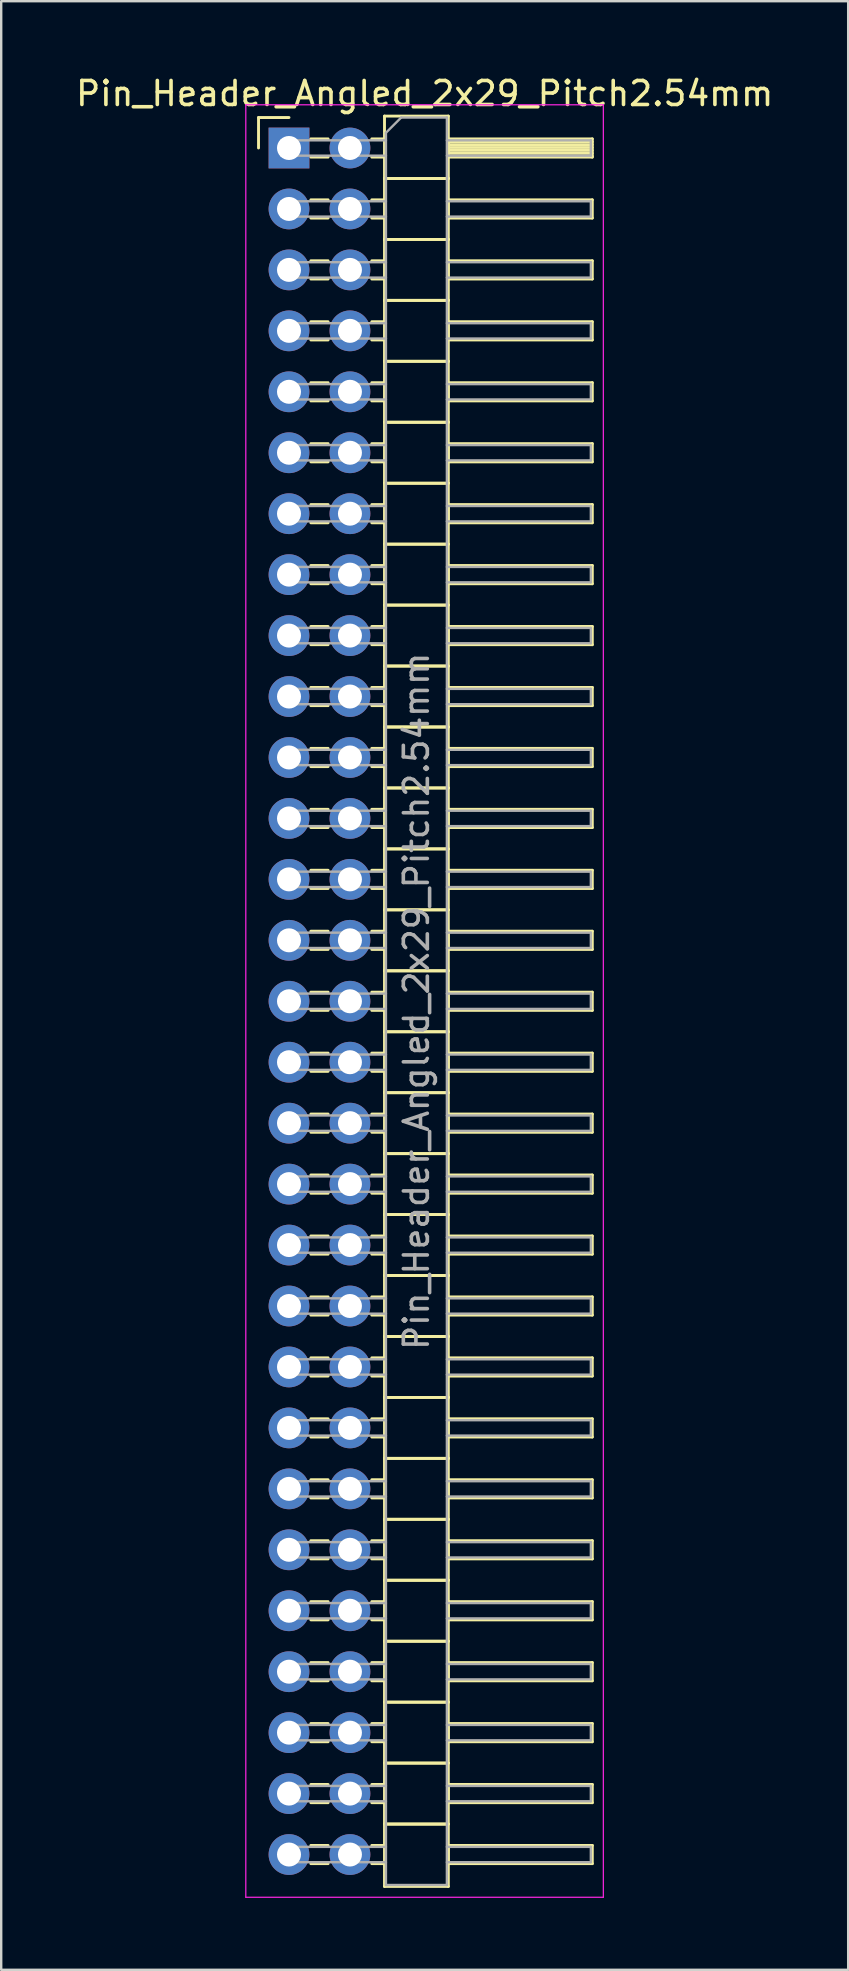
<source format=kicad_pcb>
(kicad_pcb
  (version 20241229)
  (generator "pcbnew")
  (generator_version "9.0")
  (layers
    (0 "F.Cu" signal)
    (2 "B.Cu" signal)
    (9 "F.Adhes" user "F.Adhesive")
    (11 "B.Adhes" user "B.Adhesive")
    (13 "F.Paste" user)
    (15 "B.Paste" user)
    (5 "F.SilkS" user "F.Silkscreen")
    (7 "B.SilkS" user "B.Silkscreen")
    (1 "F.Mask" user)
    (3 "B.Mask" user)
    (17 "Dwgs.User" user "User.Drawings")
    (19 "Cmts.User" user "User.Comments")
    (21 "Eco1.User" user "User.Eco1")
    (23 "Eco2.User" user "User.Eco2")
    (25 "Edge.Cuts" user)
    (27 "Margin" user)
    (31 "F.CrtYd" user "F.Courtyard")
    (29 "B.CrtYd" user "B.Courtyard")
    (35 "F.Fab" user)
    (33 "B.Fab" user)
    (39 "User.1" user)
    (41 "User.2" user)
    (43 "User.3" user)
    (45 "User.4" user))
  (footprint "Pin_Header_Angled_2x29_Pitch2.54mm"
    (layer "F.Cu")
    (at 8.994 3.118)
    (property "Reference" "Pin_Header_Angled_2x29_Pitch2.54mm" (at 5.655 -2.27 0) (layer "F.SilkS") (effects (font (size 1 1) (thickness 0.15))))
    (attr through_hole)
    (fp_line (start -1.27 -1.27) (end 0 -1.27) (stroke (width 0.12) (type solid)) (layer "F.SilkS"))
    (fp_line (start -1.27 0) (end -1.27 -1.27) (stroke (width 0.12) (type solid)) (layer "F.SilkS"))
    (fp_line (start 0.91 -0.38) (end 1.63 -0.38) (stroke (width 0.12) (type solid)) (layer "F.SilkS"))
    (fp_line (start 0.91 0.38) (end 1.63 0.38) (stroke (width 0.12) (type solid)) (layer "F.SilkS"))
    (fp_line (start 0.91 2.16) (end 1.63 2.16) (stroke (width 0.12) (type solid)) (layer "F.SilkS"))
    (fp_line (start 0.91 2.92) (end 1.63 2.92) (stroke (width 0.12) (type solid)) (layer "F.SilkS"))
    (fp_line (start 0.91 4.7) (end 1.63 4.7) (stroke (width 0.12) (type solid)) (layer "F.SilkS"))
    (fp_line (start 0.91 5.46) (end 1.63 5.46) (stroke (width 0.12) (type solid)) (layer "F.SilkS"))
    (fp_line (start 0.91 7.24) (end 1.63 7.24) (stroke (width 0.12) (type solid)) (layer "F.SilkS"))
    (fp_line (start 0.91 8) (end 1.63 8) (stroke (width 0.12) (type solid)) (layer "F.SilkS"))
    (fp_line (start 0.91 9.78) (end 1.63 9.78) (stroke (width 0.12) (type solid)) (layer "F.SilkS"))
    (fp_line (start 0.91 10.54) (end 1.63 10.54) (stroke (width 0.12) (type solid)) (layer "F.SilkS"))
    (fp_line (start 0.91 12.32) (end 1.63 12.32) (stroke (width 0.12) (type solid)) (layer "F.SilkS"))
    (fp_line (start 0.91 13.08) (end 1.63 13.08) (stroke (width 0.12) (type solid)) (layer "F.SilkS"))
    (fp_line (start 0.91 14.86) (end 1.63 14.86) (stroke (width 0.12) (type solid)) (layer "F.SilkS"))
    (fp_line (start 0.91 15.62) (end 1.63 15.62) (stroke (width 0.12) (type solid)) (layer "F.SilkS"))
    (fp_line (start 0.91 17.4) (end 1.63 17.4) (stroke (width 0.12) (type solid)) (layer "F.SilkS"))
    (fp_line (start 0.91 18.16) (end 1.63 18.16) (stroke (width 0.12) (type solid)) (layer "F.SilkS"))
    (fp_line (start 0.91 19.94) (end 1.63 19.94) (stroke (width 0.12) (type solid)) (layer "F.SilkS"))
    (fp_line (start 0.91 20.7) (end 1.63 20.7) (stroke (width 0.12) (type solid)) (layer "F.SilkS"))
    (fp_line (start 0.91 22.48) (end 1.63 22.48) (stroke (width 0.12) (type solid)) (layer "F.SilkS"))
    (fp_line (start 0.91 23.24) (end 1.63 23.24) (stroke (width 0.12) (type solid)) (layer "F.SilkS"))
    (fp_line (start 0.91 25.02) (end 1.63 25.02) (stroke (width 0.12) (type solid)) (layer "F.SilkS"))
    (fp_line (start 0.91 25.78) (end 1.63 25.78) (stroke (width 0.12) (type solid)) (layer "F.SilkS"))
    (fp_line (start 0.91 27.56) (end 1.63 27.56) (stroke (width 0.12) (type solid)) (layer "F.SilkS"))
    (fp_line (start 0.91 28.32) (end 1.63 28.32) (stroke (width 0.12) (type solid)) (layer "F.SilkS"))
    (fp_line (start 0.91 30.1) (end 1.63 30.1) (stroke (width 0.12) (type solid)) (layer "F.SilkS"))
    (fp_line (start 0.91 30.86) (end 1.63 30.86) (stroke (width 0.12) (type solid)) (layer "F.SilkS"))
    (fp_line (start 0.91 32.64) (end 1.63 32.64) (stroke (width 0.12) (type solid)) (layer "F.SilkS"))
    (fp_line (start 0.91 33.4) (end 1.63 33.4) (stroke (width 0.12) (type solid)) (layer "F.SilkS"))
    (fp_line (start 0.91 35.18) (end 1.63 35.18) (stroke (width 0.12) (type solid)) (layer "F.SilkS"))
    (fp_line (start 0.91 35.94) (end 1.63 35.94) (stroke (width 0.12) (type solid)) (layer "F.SilkS"))
    (fp_line (start 0.91 37.72) (end 1.63 37.72) (stroke (width 0.12) (type solid)) (layer "F.SilkS"))
    (fp_line (start 0.91 38.48) (end 1.63 38.48) (stroke (width 0.12) (type solid)) (layer "F.SilkS"))
    (fp_line (start 0.91 40.26) (end 1.63 40.26) (stroke (width 0.12) (type solid)) (layer "F.SilkS"))
    (fp_line (start 0.91 41.02) (end 1.63 41.02) (stroke (width 0.12) (type solid)) (layer "F.SilkS"))
    (fp_line (start 0.91 42.8) (end 1.63 42.8) (stroke (width 0.12) (type solid)) (layer "F.SilkS"))
    (fp_line (start 0.91 43.56) (end 1.63 43.56) (stroke (width 0.12) (type solid)) (layer "F.SilkS"))
    (fp_line (start 0.91 45.34) (end 1.63 45.34) (stroke (width 0.12) (type solid)) (layer "F.SilkS"))
    (fp_line (start 0.91 46.1) (end 1.63 46.1) (stroke (width 0.12) (type solid)) (layer "F.SilkS"))
    (fp_line (start 0.91 47.88) (end 1.63 47.88) (stroke (width 0.12) (type solid)) (layer "F.SilkS"))
    (fp_line (start 0.91 48.64) (end 1.63 48.64) (stroke (width 0.12) (type solid)) (layer "F.SilkS"))
    (fp_line (start 0.91 50.42) (end 1.63 50.42) (stroke (width 0.12) (type solid)) (layer "F.SilkS"))
    (fp_line (start 0.91 51.18) (end 1.63 51.18) (stroke (width 0.12) (type solid)) (layer "F.SilkS"))
    (fp_line (start 0.91 52.96) (end 1.63 52.96) (stroke (width 0.12) (type solid)) (layer "F.SilkS"))
    (fp_line (start 0.91 53.72) (end 1.63 53.72) (stroke (width 0.12) (type solid)) (layer "F.SilkS"))
    (fp_line (start 0.91 55.5) (end 1.63 55.5) (stroke (width 0.12) (type solid)) (layer "F.SilkS"))
    (fp_line (start 0.91 56.26) (end 1.63 56.26) (stroke (width 0.12) (type solid)) (layer "F.SilkS"))
    (fp_line (start 0.91 58.04) (end 1.63 58.04) (stroke (width 0.12) (type solid)) (layer "F.SilkS"))
    (fp_line (start 0.91 58.8) (end 1.63 58.8) (stroke (width 0.12) (type solid)) (layer "F.SilkS"))
    (fp_line (start 0.91 60.58) (end 1.63 60.58) (stroke (width 0.12) (type solid)) (layer "F.SilkS"))
    (fp_line (start 0.91 61.34) (end 1.63 61.34) (stroke (width 0.12) (type solid)) (layer "F.SilkS"))
    (fp_line (start 0.91 63.12) (end 1.63 63.12) (stroke (width 0.12) (type solid)) (layer "F.SilkS"))
    (fp_line (start 0.91 63.88) (end 1.63 63.88) (stroke (width 0.12) (type solid)) (layer "F.SilkS"))
    (fp_line (start 0.91 65.66) (end 1.63 65.66) (stroke (width 0.12) (type solid)) (layer "F.SilkS"))
    (fp_line (start 0.91 66.42) (end 1.63 66.42) (stroke (width 0.12) (type solid)) (layer "F.SilkS"))
    (fp_line (start 0.91 68.2) (end 1.63 68.2) (stroke (width 0.12) (type solid)) (layer "F.SilkS"))
    (fp_line (start 0.91 68.96) (end 1.63 68.96) (stroke (width 0.12) (type solid)) (layer "F.SilkS"))
    (fp_line (start 0.91 70.74) (end 1.63 70.74) (stroke (width 0.12) (type solid)) (layer "F.SilkS"))
    (fp_line (start 0.91 71.5) (end 1.63 71.5) (stroke (width 0.12) (type solid)) (layer "F.SilkS"))
    (fp_line (start 3.45 -0.38) (end 3.98 -0.38) (stroke (width 0.12) (type solid)) (layer "F.SilkS"))
    (fp_line (start 3.45 0.38) (end 3.98 0.38) (stroke (width 0.12) (type solid)) (layer "F.SilkS"))
    (fp_line (start 3.45 2.16) (end 3.98 2.16) (stroke (width 0.12) (type solid)) (layer "F.SilkS"))
    (fp_line (start 3.45 2.92) (end 3.98 2.92) (stroke (width 0.12) (type solid)) (layer "F.SilkS"))
    (fp_line (start 3.45 4.7) (end 3.98 4.7) (stroke (width 0.12) (type solid)) (layer "F.SilkS"))
    (fp_line (start 3.45 5.46) (end 3.98 5.46) (stroke (width 0.12) (type solid)) (layer "F.SilkS"))
    (fp_line (start 3.45 7.24) (end 3.98 7.24) (stroke (width 0.12) (type solid)) (layer "F.SilkS"))
    (fp_line (start 3.45 8) (end 3.98 8) (stroke (width 0.12) (type solid)) (layer "F.SilkS"))
    (fp_line (start 3.45 9.78) (end 3.98 9.78) (stroke (width 0.12) (type solid)) (layer "F.SilkS"))
    (fp_line (start 3.45 10.54) (end 3.98 10.54) (stroke (width 0.12) (type solid)) (layer "F.SilkS"))
    (fp_line (start 3.45 12.32) (end 3.98 12.32) (stroke (width 0.12) (type solid)) (layer "F.SilkS"))
    (fp_line (start 3.45 13.08) (end 3.98 13.08) (stroke (width 0.12) (type solid)) (layer "F.SilkS"))
    (fp_line (start 3.45 14.86) (end 3.98 14.86) (stroke (width 0.12) (type solid)) (layer "F.SilkS"))
    (fp_line (start 3.45 15.62) (end 3.98 15.62) (stroke (width 0.12) (type solid)) (layer "F.SilkS"))
    (fp_line (start 3.45 17.4) (end 3.98 17.4) (stroke (width 0.12) (type solid)) (layer "F.SilkS"))
    (fp_line (start 3.45 18.16) (end 3.98 18.16) (stroke (width 0.12) (type solid)) (layer "F.SilkS"))
    (fp_line (start 3.45 19.94) (end 3.98 19.94) (stroke (width 0.12) (type solid)) (layer "F.SilkS"))
    (fp_line (start 3.45 20.7) (end 3.98 20.7) (stroke (width 0.12) (type solid)) (layer "F.SilkS"))
    (fp_line (start 3.45 22.48) (end 3.98 22.48) (stroke (width 0.12) (type solid)) (layer "F.SilkS"))
    (fp_line (start 3.45 23.24) (end 3.98 23.24) (stroke (width 0.12) (type solid)) (layer "F.SilkS"))
    (fp_line (start 3.45 25.02) (end 3.98 25.02) (stroke (width 0.12) (type solid)) (layer "F.SilkS"))
    (fp_line (start 3.45 25.78) (end 3.98 25.78) (stroke (width 0.12) (type solid)) (layer "F.SilkS"))
    (fp_line (start 3.45 27.56) (end 3.98 27.56) (stroke (width 0.12) (type solid)) (layer "F.SilkS"))
    (fp_line (start 3.45 28.32) (end 3.98 28.32) (stroke (width 0.12) (type solid)) (layer "F.SilkS"))
    (fp_line (start 3.45 30.1) (end 3.98 30.1) (stroke (width 0.12) (type solid)) (layer "F.SilkS"))
    (fp_line (start 3.45 30.86) (end 3.98 30.86) (stroke (width 0.12) (type solid)) (layer "F.SilkS"))
    (fp_line (start 3.45 32.64) (end 3.98 32.64) (stroke (width 0.12) (type solid)) (layer "F.SilkS"))
    (fp_line (start 3.45 33.4) (end 3.98 33.4) (stroke (width 0.12) (type solid)) (layer "F.SilkS"))
    (fp_line (start 3.45 35.18) (end 3.98 35.18) (stroke (width 0.12) (type solid)) (layer "F.SilkS"))
    (fp_line (start 3.45 35.94) (end 3.98 35.94) (stroke (width 0.12) (type solid)) (layer "F.SilkS"))
    (fp_line (start 3.45 37.72) (end 3.98 37.72) (stroke (width 0.12) (type solid)) (layer "F.SilkS"))
    (fp_line (start 3.45 38.48) (end 3.98 38.48) (stroke (width 0.12) (type solid)) (layer "F.SilkS"))
    (fp_line (start 3.45 40.26) (end 3.98 40.26) (stroke (width 0.12) (type solid)) (layer "F.SilkS"))
    (fp_line (start 3.45 41.02) (end 3.98 41.02) (stroke (width 0.12) (type solid)) (layer "F.SilkS"))
    (fp_line (start 3.45 42.8) (end 3.98 42.8) (stroke (width 0.12) (type solid)) (layer "F.SilkS"))
    (fp_line (start 3.45 43.56) (end 3.98 43.56) (stroke (width 0.12) (type solid)) (layer "F.SilkS"))
    (fp_line (start 3.45 45.34) (end 3.98 45.34) (stroke (width 0.12) (type solid)) (layer "F.SilkS"))
    (fp_line (start 3.45 46.1) (end 3.98 46.1) (stroke (width 0.12) (type solid)) (layer "F.SilkS"))
    (fp_line (start 3.45 47.88) (end 3.98 47.88) (stroke (width 0.12) (type solid)) (layer "F.SilkS"))
    (fp_line (start 3.45 48.64) (end 3.98 48.64) (stroke (width 0.12) (type solid)) (layer "F.SilkS"))
    (fp_line (start 3.45 50.42) (end 3.98 50.42) (stroke (width 0.12) (type solid)) (layer "F.SilkS"))
    (fp_line (start 3.45 51.18) (end 3.98 51.18) (stroke (width 0.12) (type solid)) (layer "F.SilkS"))
    (fp_line (start 3.45 52.96) (end 3.98 52.96) (stroke (width 0.12) (type solid)) (layer "F.SilkS"))
    (fp_line (start 3.45 53.72) (end 3.98 53.72) (stroke (width 0.12) (type solid)) (layer "F.SilkS"))
    (fp_line (start 3.45 55.5) (end 3.98 55.5) (stroke (width 0.12) (type solid)) (layer "F.SilkS"))
    (fp_line (start 3.45 56.26) (end 3.98 56.26) (stroke (width 0.12) (type solid)) (layer "F.SilkS"))
    (fp_line (start 3.45 58.04) (end 3.98 58.04) (stroke (width 0.12) (type solid)) (layer "F.SilkS"))
    (fp_line (start 3.45 58.8) (end 3.98 58.8) (stroke (width 0.12) (type solid)) (layer "F.SilkS"))
    (fp_line (start 3.45 60.58) (end 3.98 60.58) (stroke (width 0.12) (type solid)) (layer "F.SilkS"))
    (fp_line (start 3.45 61.34) (end 3.98 61.34) (stroke (width 0.12) (type solid)) (layer "F.SilkS"))
    (fp_line (start 3.45 63.12) (end 3.98 63.12) (stroke (width 0.12) (type solid)) (layer "F.SilkS"))
    (fp_line (start 3.45 63.88) (end 3.98 63.88) (stroke (width 0.12) (type solid)) (layer "F.SilkS"))
    (fp_line (start 3.45 65.66) (end 3.98 65.66) (stroke (width 0.12) (type solid)) (layer "F.SilkS"))
    (fp_line (start 3.45 66.42) (end 3.98 66.42) (stroke (width 0.12) (type solid)) (layer "F.SilkS"))
    (fp_line (start 3.45 68.2) (end 3.98 68.2) (stroke (width 0.12) (type solid)) (layer "F.SilkS"))
    (fp_line (start 3.45 68.96) (end 3.98 68.96) (stroke (width 0.12) (type solid)) (layer "F.SilkS"))
    (fp_line (start 3.45 70.74) (end 3.98 70.74) (stroke (width 0.12) (type solid)) (layer "F.SilkS"))
    (fp_line (start 3.45 71.5) (end 3.98 71.5) (stroke (width 0.12) (type solid)) (layer "F.SilkS"))
    (fp_line (start 3.98 -1.33) (end 3.98 1.27) (stroke (width 0.12) (type solid)) (layer "F.SilkS"))
    (fp_line (start 3.98 1.27) (end 3.98 3.81) (stroke (width 0.12) (type solid)) (layer "F.SilkS"))
    (fp_line (start 3.98 1.27) (end 6.64 1.27) (stroke (width 0.12) (type solid)) (layer "F.SilkS"))
    (fp_line (start 3.98 3.81) (end 3.98 6.35) (stroke (width 0.12) (type solid)) (layer "F.SilkS"))
    (fp_line (start 3.98 3.81) (end 6.64 3.81) (stroke (width 0.12) (type solid)) (layer "F.SilkS"))
    (fp_line (start 3.98 6.35) (end 3.98 8.89) (stroke (width 0.12) (type solid)) (layer "F.SilkS"))
    (fp_line (start 3.98 6.35) (end 6.64 6.35) (stroke (width 0.12) (type solid)) (layer "F.SilkS"))
    (fp_line (start 3.98 8.89) (end 3.98 11.43) (stroke (width 0.12) (type solid)) (layer "F.SilkS"))
    (fp_line (start 3.98 8.89) (end 6.64 8.89) (stroke (width 0.12) (type solid)) (layer "F.SilkS"))
    (fp_line (start 3.98 11.43) (end 3.98 13.97) (stroke (width 0.12) (type solid)) (layer "F.SilkS"))
    (fp_line (start 3.98 11.43) (end 6.64 11.43) (stroke (width 0.12) (type solid)) (layer "F.SilkS"))
    (fp_line (start 3.98 13.97) (end 3.98 16.51) (stroke (width 0.12) (type solid)) (layer "F.SilkS"))
    (fp_line (start 3.98 13.97) (end 6.64 13.97) (stroke (width 0.12) (type solid)) (layer "F.SilkS"))
    (fp_line (start 3.98 16.51) (end 3.98 19.05) (stroke (width 0.12) (type solid)) (layer "F.SilkS"))
    (fp_line (start 3.98 16.51) (end 6.64 16.51) (stroke (width 0.12) (type solid)) (layer "F.SilkS"))
    (fp_line (start 3.98 19.05) (end 3.98 21.59) (stroke (width 0.12) (type solid)) (layer "F.SilkS"))
    (fp_line (start 3.98 19.05) (end 6.64 19.05) (stroke (width 0.12) (type solid)) (layer "F.SilkS"))
    (fp_line (start 3.98 21.59) (end 3.98 24.13) (stroke (width 0.12) (type solid)) (layer "F.SilkS"))
    (fp_line (start 3.98 21.59) (end 6.64 21.59) (stroke (width 0.12) (type solid)) (layer "F.SilkS"))
    (fp_line (start 3.98 24.13) (end 3.98 26.67) (stroke (width 0.12) (type solid)) (layer "F.SilkS"))
    (fp_line (start 3.98 24.13) (end 6.64 24.13) (stroke (width 0.12) (type solid)) (layer "F.SilkS"))
    (fp_line (start 3.98 26.67) (end 3.98 29.21) (stroke (width 0.12) (type solid)) (layer "F.SilkS"))
    (fp_line (start 3.98 26.67) (end 6.64 26.67) (stroke (width 0.12) (type solid)) (layer "F.SilkS"))
    (fp_line (start 3.98 29.21) (end 3.98 31.75) (stroke (width 0.12) (type solid)) (layer "F.SilkS"))
    (fp_line (start 3.98 29.21) (end 6.64 29.21) (stroke (width 0.12) (type solid)) (layer "F.SilkS"))
    (fp_line (start 3.98 31.75) (end 3.98 34.29) (stroke (width 0.12) (type solid)) (layer "F.SilkS"))
    (fp_line (start 3.98 31.75) (end 6.64 31.75) (stroke (width 0.12) (type solid)) (layer "F.SilkS"))
    (fp_line (start 3.98 34.29) (end 3.98 36.83) (stroke (width 0.12) (type solid)) (layer "F.SilkS"))
    (fp_line (start 3.98 34.29) (end 6.64 34.29) (stroke (width 0.12) (type solid)) (layer "F.SilkS"))
    (fp_line (start 3.98 36.83) (end 3.98 39.37) (stroke (width 0.12) (type solid)) (layer "F.SilkS"))
    (fp_line (start 3.98 36.83) (end 6.64 36.83) (stroke (width 0.12) (type solid)) (layer "F.SilkS"))
    (fp_line (start 3.98 39.37) (end 3.98 41.91) (stroke (width 0.12) (type solid)) (layer "F.SilkS"))
    (fp_line (start 3.98 39.37) (end 6.64 39.37) (stroke (width 0.12) (type solid)) (layer "F.SilkS"))
    (fp_line (start 3.98 41.91) (end 3.98 44.45) (stroke (width 0.12) (type solid)) (layer "F.SilkS"))
    (fp_line (start 3.98 41.91) (end 6.64 41.91) (stroke (width 0.12) (type solid)) (layer "F.SilkS"))
    (fp_line (start 3.98 44.45) (end 3.98 46.99) (stroke (width 0.12) (type solid)) (layer "F.SilkS"))
    (fp_line (start 3.98 44.45) (end 6.64 44.45) (stroke (width 0.12) (type solid)) (layer "F.SilkS"))
    (fp_line (start 3.98 46.99) (end 3.98 49.53) (stroke (width 0.12) (type solid)) (layer "F.SilkS"))
    (fp_line (start 3.98 46.99) (end 6.64 46.99) (stroke (width 0.12) (type solid)) (layer "F.SilkS"))
    (fp_line (start 3.98 49.53) (end 3.98 52.07) (stroke (width 0.12) (type solid)) (layer "F.SilkS"))
    (fp_line (start 3.98 49.53) (end 6.64 49.53) (stroke (width 0.12) (type solid)) (layer "F.SilkS"))
    (fp_line (start 3.98 52.07) (end 3.98 54.61) (stroke (width 0.12) (type solid)) (layer "F.SilkS"))
    (fp_line (start 3.98 52.07) (end 6.64 52.07) (stroke (width 0.12) (type solid)) (layer "F.SilkS"))
    (fp_line (start 3.98 54.61) (end 3.98 57.15) (stroke (width 0.12) (type solid)) (layer "F.SilkS"))
    (fp_line (start 3.98 54.61) (end 6.64 54.61) (stroke (width 0.12) (type solid)) (layer "F.SilkS"))
    (fp_line (start 3.98 57.15) (end 3.98 59.69) (stroke (width 0.12) (type solid)) (layer "F.SilkS"))
    (fp_line (start 3.98 57.15) (end 6.64 57.15) (stroke (width 0.12) (type solid)) (layer "F.SilkS"))
    (fp_line (start 3.98 59.69) (end 3.98 62.23) (stroke (width 0.12) (type solid)) (layer "F.SilkS"))
    (fp_line (start 3.98 59.69) (end 6.64 59.69) (stroke (width 0.12) (type solid)) (layer "F.SilkS"))
    (fp_line (start 3.98 62.23) (end 3.98 64.77) (stroke (width 0.12) (type solid)) (layer "F.SilkS"))
    (fp_line (start 3.98 62.23) (end 6.64 62.23) (stroke (width 0.12) (type solid)) (layer "F.SilkS"))
    (fp_line (start 3.98 64.77) (end 3.98 67.31) (stroke (width 0.12) (type solid)) (layer "F.SilkS"))
    (fp_line (start 3.98 64.77) (end 6.64 64.77) (stroke (width 0.12) (type solid)) (layer "F.SilkS"))
    (fp_line (start 3.98 67.31) (end 3.98 69.85) (stroke (width 0.12) (type solid)) (layer "F.SilkS"))
    (fp_line (start 3.98 67.31) (end 6.64 67.31) (stroke (width 0.12) (type solid)) (layer "F.SilkS"))
    (fp_line (start 3.98 69.85) (end 3.98 72.45) (stroke (width 0.12) (type solid)) (layer "F.SilkS"))
    (fp_line (start 3.98 69.85) (end 6.64 69.85) (stroke (width 0.12) (type solid)) (layer "F.SilkS"))
    (fp_line (start 3.98 72.45) (end 6.64 72.45) (stroke (width 0.12) (type solid)) (layer "F.SilkS"))
    (fp_line (start 6.64 -1.33) (end 3.98 -1.33) (stroke (width 0.12) (type solid)) (layer "F.SilkS"))
    (fp_line (start 6.64 -0.38) (end 6.64 0.38) (stroke (width 0.12) (type solid)) (layer "F.SilkS"))
    (fp_line (start 6.64 -0.26) (end 12.64 -0.26) (stroke (width 0.12) (type solid)) (layer "F.SilkS"))
    (fp_line (start 6.64 -0.14) (end 12.64 -0.14) (stroke (width 0.12) (type solid)) (layer "F.SilkS"))
    (fp_line (start 6.64 -0.02) (end 12.64 -0.02) (stroke (width 0.12) (type solid)) (layer "F.SilkS"))
    (fp_line (start 6.64 0.1) (end 12.64 0.1) (stroke (width 0.12) (type solid)) (layer "F.SilkS"))
    (fp_line (start 6.64 0.22) (end 12.64 0.22) (stroke (width 0.12) (type solid)) (layer "F.SilkS"))
    (fp_line (start 6.64 0.34) (end 12.64 0.34) (stroke (width 0.12) (type solid)) (layer "F.SilkS"))
    (fp_line (start 6.64 0.38) (end 12.64 0.38) (stroke (width 0.12) (type solid)) (layer "F.SilkS"))
    (fp_line (start 6.64 1.27) (end 3.98 1.27) (stroke (width 0.12) (type solid)) (layer "F.SilkS"))
    (fp_line (start 6.64 1.27) (end 6.64 -1.33) (stroke (width 0.12) (type solid)) (layer "F.SilkS"))
    (fp_line (start 6.64 2.16) (end 6.64 2.92) (stroke (width 0.12) (type solid)) (layer "F.SilkS"))
    (fp_line (start 6.64 2.92) (end 12.64 2.92) (stroke (width 0.12) (type solid)) (layer "F.SilkS"))
    (fp_line (start 6.64 3.81) (end 3.98 3.81) (stroke (width 0.12) (type solid)) (layer "F.SilkS"))
    (fp_line (start 6.64 3.81) (end 6.64 1.27) (stroke (width 0.12) (type solid)) (layer "F.SilkS"))
    (fp_line (start 6.64 4.7) (end 6.64 5.46) (stroke (width 0.12) (type solid)) (layer "F.SilkS"))
    (fp_line (start 6.64 5.46) (end 12.64 5.46) (stroke (width 0.12) (type solid)) (layer "F.SilkS"))
    (fp_line (start 6.64 6.35) (end 3.98 6.35) (stroke (width 0.12) (type solid)) (layer "F.SilkS"))
    (fp_line (start 6.64 6.35) (end 6.64 3.81) (stroke (width 0.12) (type solid)) (layer "F.SilkS"))
    (fp_line (start 6.64 7.24) (end 6.64 8) (stroke (width 0.12) (type solid)) (layer "F.SilkS"))
    (fp_line (start 6.64 8) (end 12.64 8) (stroke (width 0.12) (type solid)) (layer "F.SilkS"))
    (fp_line (start 6.64 8.89) (end 3.98 8.89) (stroke (width 0.12) (type solid)) (layer "F.SilkS"))
    (fp_line (start 6.64 8.89) (end 6.64 6.35) (stroke (width 0.12) (type solid)) (layer "F.SilkS"))
    (fp_line (start 6.64 9.78) (end 6.64 10.54) (stroke (width 0.12) (type solid)) (layer "F.SilkS"))
    (fp_line (start 6.64 10.54) (end 12.64 10.54) (stroke (width 0.12) (type solid)) (layer "F.SilkS"))
    (fp_line (start 6.64 11.43) (end 3.98 11.43) (stroke (width 0.12) (type solid)) (layer "F.SilkS"))
    (fp_line (start 6.64 11.43) (end 6.64 8.89) (stroke (width 0.12) (type solid)) (layer "F.SilkS"))
    (fp_line (start 6.64 12.32) (end 6.64 13.08) (stroke (width 0.12) (type solid)) (layer "F.SilkS"))
    (fp_line (start 6.64 13.08) (end 12.64 13.08) (stroke (width 0.12) (type solid)) (layer "F.SilkS"))
    (fp_line (start 6.64 13.97) (end 3.98 13.97) (stroke (width 0.12) (type solid)) (layer "F.SilkS"))
    (fp_line (start 6.64 13.97) (end 6.64 11.43) (stroke (width 0.12) (type solid)) (layer "F.SilkS"))
    (fp_line (start 6.64 14.86) (end 6.64 15.62) (stroke (width 0.12) (type solid)) (layer "F.SilkS"))
    (fp_line (start 6.64 15.62) (end 12.64 15.62) (stroke (width 0.12) (type solid)) (layer "F.SilkS"))
    (fp_line (start 6.64 16.51) (end 3.98 16.51) (stroke (width 0.12) (type solid)) (layer "F.SilkS"))
    (fp_line (start 6.64 16.51) (end 6.64 13.97) (stroke (width 0.12) (type solid)) (layer "F.SilkS"))
    (fp_line (start 6.64 17.4) (end 6.64 18.16) (stroke (width 0.12) (type solid)) (layer "F.SilkS"))
    (fp_line (start 6.64 18.16) (end 12.64 18.16) (stroke (width 0.12) (type solid)) (layer "F.SilkS"))
    (fp_line (start 6.64 19.05) (end 3.98 19.05) (stroke (width 0.12) (type solid)) (layer "F.SilkS"))
    (fp_line (start 6.64 19.05) (end 6.64 16.51) (stroke (width 0.12) (type solid)) (layer "F.SilkS"))
    (fp_line (start 6.64 19.94) (end 6.64 20.7) (stroke (width 0.12) (type solid)) (layer "F.SilkS"))
    (fp_line (start 6.64 20.7) (end 12.64 20.7) (stroke (width 0.12) (type solid)) (layer "F.SilkS"))
    (fp_line (start 6.64 21.59) (end 3.98 21.59) (stroke (width 0.12) (type solid)) (layer "F.SilkS"))
    (fp_line (start 6.64 21.59) (end 6.64 19.05) (stroke (width 0.12) (type solid)) (layer "F.SilkS"))
    (fp_line (start 6.64 22.48) (end 6.64 23.24) (stroke (width 0.12) (type solid)) (layer "F.SilkS"))
    (fp_line (start 6.64 23.24) (end 12.64 23.24) (stroke (width 0.12) (type solid)) (layer "F.SilkS"))
    (fp_line (start 6.64 24.13) (end 3.98 24.13) (stroke (width 0.12) (type solid)) (layer "F.SilkS"))
    (fp_line (start 6.64 24.13) (end 6.64 21.59) (stroke (width 0.12) (type solid)) (layer "F.SilkS"))
    (fp_line (start 6.64 25.02) (end 6.64 25.78) (stroke (width 0.12) (type solid)) (layer "F.SilkS"))
    (fp_line (start 6.64 25.78) (end 12.64 25.78) (stroke (width 0.12) (type solid)) (layer "F.SilkS"))
    (fp_line (start 6.64 26.67) (end 3.98 26.67) (stroke (width 0.12) (type solid)) (layer "F.SilkS"))
    (fp_line (start 6.64 26.67) (end 6.64 24.13) (stroke (width 0.12) (type solid)) (layer "F.SilkS"))
    (fp_line (start 6.64 27.56) (end 6.64 28.32) (stroke (width 0.12) (type solid)) (layer "F.SilkS"))
    (fp_line (start 6.64 28.32) (end 12.64 28.32) (stroke (width 0.12) (type solid)) (layer "F.SilkS"))
    (fp_line (start 6.64 29.21) (end 3.98 29.21) (stroke (width 0.12) (type solid)) (layer "F.SilkS"))
    (fp_line (start 6.64 29.21) (end 6.64 26.67) (stroke (width 0.12) (type solid)) (layer "F.SilkS"))
    (fp_line (start 6.64 30.1) (end 6.64 30.86) (stroke (width 0.12) (type solid)) (layer "F.SilkS"))
    (fp_line (start 6.64 30.86) (end 12.64 30.86) (stroke (width 0.12) (type solid)) (layer "F.SilkS"))
    (fp_line (start 6.64 31.75) (end 3.98 31.75) (stroke (width 0.12) (type solid)) (layer "F.SilkS"))
    (fp_line (start 6.64 31.75) (end 6.64 29.21) (stroke (width 0.12) (type solid)) (layer "F.SilkS"))
    (fp_line (start 6.64 32.64) (end 6.64 33.4) (stroke (width 0.12) (type solid)) (layer "F.SilkS"))
    (fp_line (start 6.64 33.4) (end 12.64 33.4) (stroke (width 0.12) (type solid)) (layer "F.SilkS"))
    (fp_line (start 6.64 34.29) (end 3.98 34.29) (stroke (width 0.12) (type solid)) (layer "F.SilkS"))
    (fp_line (start 6.64 34.29) (end 6.64 31.75) (stroke (width 0.12) (type solid)) (layer "F.SilkS"))
    (fp_line (start 6.64 35.18) (end 6.64 35.94) (stroke (width 0.12) (type solid)) (layer "F.SilkS"))
    (fp_line (start 6.64 35.94) (end 12.64 35.94) (stroke (width 0.12) (type solid)) (layer "F.SilkS"))
    (fp_line (start 6.64 36.83) (end 3.98 36.83) (stroke (width 0.12) (type solid)) (layer "F.SilkS"))
    (fp_line (start 6.64 36.83) (end 6.64 34.29) (stroke (width 0.12) (type solid)) (layer "F.SilkS"))
    (fp_line (start 6.64 37.72) (end 6.64 38.48) (stroke (width 0.12) (type solid)) (layer "F.SilkS"))
    (fp_line (start 6.64 38.48) (end 12.64 38.48) (stroke (width 0.12) (type solid)) (layer "F.SilkS"))
    (fp_line (start 6.64 39.37) (end 3.98 39.37) (stroke (width 0.12) (type solid)) (layer "F.SilkS"))
    (fp_line (start 6.64 39.37) (end 6.64 36.83) (stroke (width 0.12) (type solid)) (layer "F.SilkS"))
    (fp_line (start 6.64 40.26) (end 6.64 41.02) (stroke (width 0.12) (type solid)) (layer "F.SilkS"))
    (fp_line (start 6.64 41.02) (end 12.64 41.02) (stroke (width 0.12) (type solid)) (layer "F.SilkS"))
    (fp_line (start 6.64 41.91) (end 3.98 41.91) (stroke (width 0.12) (type solid)) (layer "F.SilkS"))
    (fp_line (start 6.64 41.91) (end 6.64 39.37) (stroke (width 0.12) (type solid)) (layer "F.SilkS"))
    (fp_line (start 6.64 42.8) (end 6.64 43.56) (stroke (width 0.12) (type solid)) (layer "F.SilkS"))
    (fp_line (start 6.64 43.56) (end 12.64 43.56) (stroke (width 0.12) (type solid)) (layer "F.SilkS"))
    (fp_line (start 6.64 44.45) (end 3.98 44.45) (stroke (width 0.12) (type solid)) (layer "F.SilkS"))
    (fp_line (start 6.64 44.45) (end 6.64 41.91) (stroke (width 0.12) (type solid)) (layer "F.SilkS"))
    (fp_line (start 6.64 45.34) (end 6.64 46.1) (stroke (width 0.12) (type solid)) (layer "F.SilkS"))
    (fp_line (start 6.64 46.1) (end 12.64 46.1) (stroke (width 0.12) (type solid)) (layer "F.SilkS"))
    (fp_line (start 6.64 46.99) (end 3.98 46.99) (stroke (width 0.12) (type solid)) (layer "F.SilkS"))
    (fp_line (start 6.64 46.99) (end 6.64 44.45) (stroke (width 0.12) (type solid)) (layer "F.SilkS"))
    (fp_line (start 6.64 47.88) (end 6.64 48.64) (stroke (width 0.12) (type solid)) (layer "F.SilkS"))
    (fp_line (start 6.64 48.64) (end 12.64 48.64) (stroke (width 0.12) (type solid)) (layer "F.SilkS"))
    (fp_line (start 6.64 49.53) (end 3.98 49.53) (stroke (width 0.12) (type solid)) (layer "F.SilkS"))
    (fp_line (start 6.64 49.53) (end 6.64 46.99) (stroke (width 0.12) (type solid)) (layer "F.SilkS"))
    (fp_line (start 6.64 50.42) (end 6.64 51.18) (stroke (width 0.12) (type solid)) (layer "F.SilkS"))
    (fp_line (start 6.64 51.18) (end 12.64 51.18) (stroke (width 0.12) (type solid)) (layer "F.SilkS"))
    (fp_line (start 6.64 52.07) (end 3.98 52.07) (stroke (width 0.12) (type solid)) (layer "F.SilkS"))
    (fp_line (start 6.64 52.07) (end 6.64 49.53) (stroke (width 0.12) (type solid)) (layer "F.SilkS"))
    (fp_line (start 6.64 52.96) (end 6.64 53.72) (stroke (width 0.12) (type solid)) (layer "F.SilkS"))
    (fp_line (start 6.64 53.72) (end 12.64 53.72) (stroke (width 0.12) (type solid)) (layer "F.SilkS"))
    (fp_line (start 6.64 54.61) (end 3.98 54.61) (stroke (width 0.12) (type solid)) (layer "F.SilkS"))
    (fp_line (start 6.64 54.61) (end 6.64 52.07) (stroke (width 0.12) (type solid)) (layer "F.SilkS"))
    (fp_line (start 6.64 55.5) (end 6.64 56.26) (stroke (width 0.12) (type solid)) (layer "F.SilkS"))
    (fp_line (start 6.64 56.26) (end 12.64 56.26) (stroke (width 0.12) (type solid)) (layer "F.SilkS"))
    (fp_line (start 6.64 57.15) (end 3.98 57.15) (stroke (width 0.12) (type solid)) (layer "F.SilkS"))
    (fp_line (start 6.64 57.15) (end 6.64 54.61) (stroke (width 0.12) (type solid)) (layer "F.SilkS"))
    (fp_line (start 6.64 58.04) (end 6.64 58.8) (stroke (width 0.12) (type solid)) (layer "F.SilkS"))
    (fp_line (start 6.64 58.8) (end 12.64 58.8) (stroke (width 0.12) (type solid)) (layer "F.SilkS"))
    (fp_line (start 6.64 59.69) (end 3.98 59.69) (stroke (width 0.12) (type solid)) (layer "F.SilkS"))
    (fp_line (start 6.64 59.69) (end 6.64 57.15) (stroke (width 0.12) (type solid)) (layer "F.SilkS"))
    (fp_line (start 6.64 60.58) (end 6.64 61.34) (stroke (width 0.12) (type solid)) (layer "F.SilkS"))
    (fp_line (start 6.64 61.34) (end 12.64 61.34) (stroke (width 0.12) (type solid)) (layer "F.SilkS"))
    (fp_line (start 6.64 62.23) (end 3.98 62.23) (stroke (width 0.12) (type solid)) (layer "F.SilkS"))
    (fp_line (start 6.64 62.23) (end 6.64 59.69) (stroke (width 0.12) (type solid)) (layer "F.SilkS"))
    (fp_line (start 6.64 63.12) (end 6.64 63.88) (stroke (width 0.12) (type solid)) (layer "F.SilkS"))
    (fp_line (start 6.64 63.88) (end 12.64 63.88) (stroke (width 0.12) (type solid)) (layer "F.SilkS"))
    (fp_line (start 6.64 64.77) (end 3.98 64.77) (stroke (width 0.12) (type solid)) (layer "F.SilkS"))
    (fp_line (start 6.64 64.77) (end 6.64 62.23) (stroke (width 0.12) (type solid)) (layer "F.SilkS"))
    (fp_line (start 6.64 65.66) (end 6.64 66.42) (stroke (width 0.12) (type solid)) (layer "F.SilkS"))
    (fp_line (start 6.64 66.42) (end 12.64 66.42) (stroke (width 0.12) (type solid)) (layer "F.SilkS"))
    (fp_line (start 6.64 67.31) (end 3.98 67.31) (stroke (width 0.12) (type solid)) (layer "F.SilkS"))
    (fp_line (start 6.64 67.31) (end 6.64 64.77) (stroke (width 0.12) (type solid)) (layer "F.SilkS"))
    (fp_line (start 6.64 68.2) (end 6.64 68.96) (stroke (width 0.12) (type solid)) (layer "F.SilkS"))
    (fp_line (start 6.64 68.96) (end 12.64 68.96) (stroke (width 0.12) (type solid)) (layer "F.SilkS"))
    (fp_line (start 6.64 69.85) (end 3.98 69.85) (stroke (width 0.12) (type solid)) (layer "F.SilkS"))
    (fp_line (start 6.64 69.85) (end 6.64 67.31) (stroke (width 0.12) (type solid)) (layer "F.SilkS"))
    (fp_line (start 6.64 70.74) (end 6.64 71.5) (stroke (width 0.12) (type solid)) (layer "F.SilkS"))
    (fp_line (start 6.64 71.5) (end 12.64 71.5) (stroke (width 0.12) (type solid)) (layer "F.SilkS"))
    (fp_line (start 6.64 72.45) (end 6.64 69.85) (stroke (width 0.12) (type solid)) (layer "F.SilkS"))
    (fp_line (start 12.64 -0.38) (end 6.64 -0.38) (stroke (width 0.12) (type solid)) (layer "F.SilkS"))
    (fp_line (start 12.64 0.38) (end 12.64 -0.38) (stroke (width 0.12) (type solid)) (layer "F.SilkS"))
    (fp_line (start 12.64 2.16) (end 6.64 2.16) (stroke (width 0.12) (type solid)) (layer "F.SilkS"))
    (fp_line (start 12.64 2.92) (end 12.64 2.16) (stroke (width 0.12) (type solid)) (layer "F.SilkS"))
    (fp_line (start 12.64 4.7) (end 6.64 4.7) (stroke (width 0.12) (type solid)) (layer "F.SilkS"))
    (fp_line (start 12.64 5.46) (end 12.64 4.7) (stroke (width 0.12) (type solid)) (layer "F.SilkS"))
    (fp_line (start 12.64 7.24) (end 6.64 7.24) (stroke (width 0.12) (type solid)) (layer "F.SilkS"))
    (fp_line (start 12.64 8) (end 12.64 7.24) (stroke (width 0.12) (type solid)) (layer "F.SilkS"))
    (fp_line (start 12.64 9.78) (end 6.64 9.78) (stroke (width 0.12) (type solid)) (layer "F.SilkS"))
    (fp_line (start 12.64 10.54) (end 12.64 9.78) (stroke (width 0.12) (type solid)) (layer "F.SilkS"))
    (fp_line (start 12.64 12.32) (end 6.64 12.32) (stroke (width 0.12) (type solid)) (layer "F.SilkS"))
    (fp_line (start 12.64 13.08) (end 12.64 12.32) (stroke (width 0.12) (type solid)) (layer "F.SilkS"))
    (fp_line (start 12.64 14.86) (end 6.64 14.86) (stroke (width 0.12) (type solid)) (layer "F.SilkS"))
    (fp_line (start 12.64 15.62) (end 12.64 14.86) (stroke (width 0.12) (type solid)) (layer "F.SilkS"))
    (fp_line (start 12.64 17.4) (end 6.64 17.4) (stroke (width 0.12) (type solid)) (layer "F.SilkS"))
    (fp_line (start 12.64 18.16) (end 12.64 17.4) (stroke (width 0.12) (type solid)) (layer "F.SilkS"))
    (fp_line (start 12.64 19.94) (end 6.64 19.94) (stroke (width 0.12) (type solid)) (layer "F.SilkS"))
    (fp_line (start 12.64 20.7) (end 12.64 19.94) (stroke (width 0.12) (type solid)) (layer "F.SilkS"))
    (fp_line (start 12.64 22.48) (end 6.64 22.48) (stroke (width 0.12) (type solid)) (layer "F.SilkS"))
    (fp_line (start 12.64 23.24) (end 12.64 22.48) (stroke (width 0.12) (type solid)) (layer "F.SilkS"))
    (fp_line (start 12.64 25.02) (end 6.64 25.02) (stroke (width 0.12) (type solid)) (layer "F.SilkS"))
    (fp_line (start 12.64 25.78) (end 12.64 25.02) (stroke (width 0.12) (type solid)) (layer "F.SilkS"))
    (fp_line (start 12.64 27.56) (end 6.64 27.56) (stroke (width 0.12) (type solid)) (layer "F.SilkS"))
    (fp_line (start 12.64 28.32) (end 12.64 27.56) (stroke (width 0.12) (type solid)) (layer "F.SilkS"))
    (fp_line (start 12.64 30.1) (end 6.64 30.1) (stroke (width 0.12) (type solid)) (layer "F.SilkS"))
    (fp_line (start 12.64 30.86) (end 12.64 30.1) (stroke (width 0.12) (type solid)) (layer "F.SilkS"))
    (fp_line (start 12.64 32.64) (end 6.64 32.64) (stroke (width 0.12) (type solid)) (layer "F.SilkS"))
    (fp_line (start 12.64 33.4) (end 12.64 32.64) (stroke (width 0.12) (type solid)) (layer "F.SilkS"))
    (fp_line (start 12.64 35.18) (end 6.64 35.18) (stroke (width 0.12) (type solid)) (layer "F.SilkS"))
    (fp_line (start 12.64 35.94) (end 12.64 35.18) (stroke (width 0.12) (type solid)) (layer "F.SilkS"))
    (fp_line (start 12.64 37.72) (end 6.64 37.72) (stroke (width 0.12) (type solid)) (layer "F.SilkS"))
    (fp_line (start 12.64 38.48) (end 12.64 37.72) (stroke (width 0.12) (type solid)) (layer "F.SilkS"))
    (fp_line (start 12.64 40.26) (end 6.64 40.26) (stroke (width 0.12) (type solid)) (layer "F.SilkS"))
    (fp_line (start 12.64 41.02) (end 12.64 40.26) (stroke (width 0.12) (type solid)) (layer "F.SilkS"))
    (fp_line (start 12.64 42.8) (end 6.64 42.8) (stroke (width 0.12) (type solid)) (layer "F.SilkS"))
    (fp_line (start 12.64 43.56) (end 12.64 42.8) (stroke (width 0.12) (type solid)) (layer "F.SilkS"))
    (fp_line (start 12.64 45.34) (end 6.64 45.34) (stroke (width 0.12) (type solid)) (layer "F.SilkS"))
    (fp_line (start 12.64 46.1) (end 12.64 45.34) (stroke (width 0.12) (type solid)) (layer "F.SilkS"))
    (fp_line (start 12.64 47.88) (end 6.64 47.88) (stroke (width 0.12) (type solid)) (layer "F.SilkS"))
    (fp_line (start 12.64 48.64) (end 12.64 47.88) (stroke (width 0.12) (type solid)) (layer "F.SilkS"))
    (fp_line (start 12.64 50.42) (end 6.64 50.42) (stroke (width 0.12) (type solid)) (layer "F.SilkS"))
    (fp_line (start 12.64 51.18) (end 12.64 50.42) (stroke (width 0.12) (type solid)) (layer "F.SilkS"))
    (fp_line (start 12.64 52.96) (end 6.64 52.96) (stroke (width 0.12) (type solid)) (layer "F.SilkS"))
    (fp_line (start 12.64 53.72) (end 12.64 52.96) (stroke (width 0.12) (type solid)) (layer "F.SilkS"))
    (fp_line (start 12.64 55.5) (end 6.64 55.5) (stroke (width 0.12) (type solid)) (layer "F.SilkS"))
    (fp_line (start 12.64 56.26) (end 12.64 55.5) (stroke (width 0.12) (type solid)) (layer "F.SilkS"))
    (fp_line (start 12.64 58.04) (end 6.64 58.04) (stroke (width 0.12) (type solid)) (layer "F.SilkS"))
    (fp_line (start 12.64 58.8) (end 12.64 58.04) (stroke (width 0.12) (type solid)) (layer "F.SilkS"))
    (fp_line (start 12.64 60.58) (end 6.64 60.58) (stroke (width 0.12) (type solid)) (layer "F.SilkS"))
    (fp_line (start 12.64 61.34) (end 12.64 60.58) (stroke (width 0.12) (type solid)) (layer "F.SilkS"))
    (fp_line (start 12.64 63.12) (end 6.64 63.12) (stroke (width 0.12) (type solid)) (layer "F.SilkS"))
    (fp_line (start 12.64 63.88) (end 12.64 63.12) (stroke (width 0.12) (type solid)) (layer "F.SilkS"))
    (fp_line (start 12.64 65.66) (end 6.64 65.66) (stroke (width 0.12) (type solid)) (layer "F.SilkS"))
    (fp_line (start 12.64 66.42) (end 12.64 65.66) (stroke (width 0.12) (type solid)) (layer "F.SilkS"))
    (fp_line (start 12.64 68.2) (end 6.64 68.2) (stroke (width 0.12) (type solid)) (layer "F.SilkS"))
    (fp_line (start 12.64 68.96) (end 12.64 68.2) (stroke (width 0.12) (type solid)) (layer "F.SilkS"))
    (fp_line (start 12.64 70.74) (end 6.64 70.74) (stroke (width 0.12) (type solid)) (layer "F.SilkS"))
    (fp_line (start 12.64 71.5) (end 12.64 70.74) (stroke (width 0.12) (type solid)) (layer "F.SilkS"))
    (fp_line (start -1.8 -1.8) (end -1.8 72.9) (stroke (width 0.05) (type solid)) (layer "F.CrtYd"))
    (fp_line (start -1.8 72.9) (end 13.1 72.9) (stroke (width 0.05) (type solid)) (layer "F.CrtYd"))
    (fp_line (start 13.1 -1.8) (end -1.8 -1.8) (stroke (width 0.05) (type solid)) (layer "F.CrtYd"))
    (fp_line (start 13.1 72.9) (end 13.1 -1.8) (stroke (width 0.05) (type solid)) (layer "F.CrtYd"))
    (fp_line (start -0.32 -0.32) (end -0.32 0.32) (stroke (width 0.1) (type solid)) (layer "F.Fab"))
    (fp_line (start -0.32 -0.32) (end 4.04 -0.32) (stroke (width 0.1) (type solid)) (layer "F.Fab"))
    (fp_line (start -0.32 0.32) (end 4.04 0.32) (stroke (width 0.1) (type solid)) (layer "F.Fab"))
    (fp_line (start -0.32 2.22) (end -0.32 2.86) (stroke (width 0.1) (type solid)) (layer "F.Fab"))
    (fp_line (start -0.32 2.22) (end 4.04 2.22) (stroke (width 0.1) (type solid)) (layer "F.Fab"))
    (fp_line (start -0.32 2.86) (end 4.04 2.86) (stroke (width 0.1) (type solid)) (layer "F.Fab"))
    (fp_line (start -0.32 4.76) (end -0.32 5.4) (stroke (width 0.1) (type solid)) (layer "F.Fab"))
    (fp_line (start -0.32 4.76) (end 4.04 4.76) (stroke (width 0.1) (type solid)) (layer "F.Fab"))
    (fp_line (start -0.32 5.4) (end 4.04 5.4) (stroke (width 0.1) (type solid)) (layer "F.Fab"))
    (fp_line (start -0.32 7.3) (end -0.32 7.94) (stroke (width 0.1) (type solid)) (layer "F.Fab"))
    (fp_line (start -0.32 7.3) (end 4.04 7.3) (stroke (width 0.1) (type solid)) (layer "F.Fab"))
    (fp_line (start -0.32 7.94) (end 4.04 7.94) (stroke (width 0.1) (type solid)) (layer "F.Fab"))
    (fp_line (start -0.32 9.84) (end -0.32 10.48) (stroke (width 0.1) (type solid)) (layer "F.Fab"))
    (fp_line (start -0.32 9.84) (end 4.04 9.84) (stroke (width 0.1) (type solid)) (layer "F.Fab"))
    (fp_line (start -0.32 10.48) (end 4.04 10.48) (stroke (width 0.1) (type solid)) (layer "F.Fab"))
    (fp_line (start -0.32 12.38) (end -0.32 13.02) (stroke (width 0.1) (type solid)) (layer "F.Fab"))
    (fp_line (start -0.32 12.38) (end 4.04 12.38) (stroke (width 0.1) (type solid)) (layer "F.Fab"))
    (fp_line (start -0.32 13.02) (end 4.04 13.02) (stroke (width 0.1) (type solid)) (layer "F.Fab"))
    (fp_line (start -0.32 14.92) (end -0.32 15.56) (stroke (width 0.1) (type solid)) (layer "F.Fab"))
    (fp_line (start -0.32 14.92) (end 4.04 14.92) (stroke (width 0.1) (type solid)) (layer "F.Fab"))
    (fp_line (start -0.32 15.56) (end 4.04 15.56) (stroke (width 0.1) (type solid)) (layer "F.Fab"))
    (fp_line (start -0.32 17.46) (end -0.32 18.1) (stroke (width 0.1) (type solid)) (layer "F.Fab"))
    (fp_line (start -0.32 17.46) (end 4.04 17.46) (stroke (width 0.1) (type solid)) (layer "F.Fab"))
    (fp_line (start -0.32 18.1) (end 4.04 18.1) (stroke (width 0.1) (type solid)) (layer "F.Fab"))
    (fp_line (start -0.32 20) (end -0.32 20.64) (stroke (width 0.1) (type solid)) (layer "F.Fab"))
    (fp_line (start -0.32 20) (end 4.04 20) (stroke (width 0.1) (type solid)) (layer "F.Fab"))
    (fp_line (start -0.32 20.64) (end 4.04 20.64) (stroke (width 0.1) (type solid)) (layer "F.Fab"))
    (fp_line (start -0.32 22.54) (end -0.32 23.18) (stroke (width 0.1) (type solid)) (layer "F.Fab"))
    (fp_line (start -0.32 22.54) (end 4.04 22.54) (stroke (width 0.1) (type solid)) (layer "F.Fab"))
    (fp_line (start -0.32 23.18) (end 4.04 23.18) (stroke (width 0.1) (type solid)) (layer "F.Fab"))
    (fp_line (start -0.32 25.08) (end -0.32 25.72) (stroke (width 0.1) (type solid)) (layer "F.Fab"))
    (fp_line (start -0.32 25.08) (end 4.04 25.08) (stroke (width 0.1) (type solid)) (layer "F.Fab"))
    (fp_line (start -0.32 25.72) (end 4.04 25.72) (stroke (width 0.1) (type solid)) (layer "F.Fab"))
    (fp_line (start -0.32 27.62) (end -0.32 28.26) (stroke (width 0.1) (type solid)) (layer "F.Fab"))
    (fp_line (start -0.32 27.62) (end 4.04 27.62) (stroke (width 0.1) (type solid)) (layer "F.Fab"))
    (fp_line (start -0.32 28.26) (end 4.04 28.26) (stroke (width 0.1) (type solid)) (layer "F.Fab"))
    (fp_line (start -0.32 30.16) (end -0.32 30.8) (stroke (width 0.1) (type solid)) (layer "F.Fab"))
    (fp_line (start -0.32 30.16) (end 4.04 30.16) (stroke (width 0.1) (type solid)) (layer "F.Fab"))
    (fp_line (start -0.32 30.8) (end 4.04 30.8) (stroke (width 0.1) (type solid)) (layer "F.Fab"))
    (fp_line (start -0.32 32.7) (end -0.32 33.34) (stroke (width 0.1) (type solid)) (layer "F.Fab"))
    (fp_line (start -0.32 32.7) (end 4.04 32.7) (stroke (width 0.1) (type solid)) (layer "F.Fab"))
    (fp_line (start -0.32 33.34) (end 4.04 33.34) (stroke (width 0.1) (type solid)) (layer "F.Fab"))
    (fp_line (start -0.32 35.24) (end -0.32 35.88) (stroke (width 0.1) (type solid)) (layer "F.Fab"))
    (fp_line (start -0.32 35.24) (end 4.04 35.24) (stroke (width 0.1) (type solid)) (layer "F.Fab"))
    (fp_line (start -0.32 35.88) (end 4.04 35.88) (stroke (width 0.1) (type solid)) (layer "F.Fab"))
    (fp_line (start -0.32 37.78) (end -0.32 38.42) (stroke (width 0.1) (type solid)) (layer "F.Fab"))
    (fp_line (start -0.32 37.78) (end 4.04 37.78) (stroke (width 0.1) (type solid)) (layer "F.Fab"))
    (fp_line (start -0.32 38.42) (end 4.04 38.42) (stroke (width 0.1) (type solid)) (layer "F.Fab"))
    (fp_line (start -0.32 40.32) (end -0.32 40.96) (stroke (width 0.1) (type solid)) (layer "F.Fab"))
    (fp_line (start -0.32 40.32) (end 4.04 40.32) (stroke (width 0.1) (type solid)) (layer "F.Fab"))
    (fp_line (start -0.32 40.96) (end 4.04 40.96) (stroke (width 0.1) (type solid)) (layer "F.Fab"))
    (fp_line (start -0.32 42.86) (end -0.32 43.5) (stroke (width 0.1) (type solid)) (layer "F.Fab"))
    (fp_line (start -0.32 42.86) (end 4.04 42.86) (stroke (width 0.1) (type solid)) (layer "F.Fab"))
    (fp_line (start -0.32 43.5) (end 4.04 43.5) (stroke (width 0.1) (type solid)) (layer "F.Fab"))
    (fp_line (start -0.32 45.4) (end -0.32 46.04) (stroke (width 0.1) (type solid)) (layer "F.Fab"))
    (fp_line (start -0.32 45.4) (end 4.04 45.4) (stroke (width 0.1) (type solid)) (layer "F.Fab"))
    (fp_line (start -0.32 46.04) (end 4.04 46.04) (stroke (width 0.1) (type solid)) (layer "F.Fab"))
    (fp_line (start -0.32 47.94) (end -0.32 48.58) (stroke (width 0.1) (type solid)) (layer "F.Fab"))
    (fp_line (start -0.32 47.94) (end 4.04 47.94) (stroke (width 0.1) (type solid)) (layer "F.Fab"))
    (fp_line (start -0.32 48.58) (end 4.04 48.58) (stroke (width 0.1) (type solid)) (layer "F.Fab"))
    (fp_line (start -0.32 50.48) (end -0.32 51.12) (stroke (width 0.1) (type solid)) (layer "F.Fab"))
    (fp_line (start -0.32 50.48) (end 4.04 50.48) (stroke (width 0.1) (type solid)) (layer "F.Fab"))
    (fp_line (start -0.32 51.12) (end 4.04 51.12) (stroke (width 0.1) (type solid)) (layer "F.Fab"))
    (fp_line (start -0.32 53.02) (end -0.32 53.66) (stroke (width 0.1) (type solid)) (layer "F.Fab"))
    (fp_line (start -0.32 53.02) (end 4.04 53.02) (stroke (width 0.1) (type solid)) (layer "F.Fab"))
    (fp_line (start -0.32 53.66) (end 4.04 53.66) (stroke (width 0.1) (type solid)) (layer "F.Fab"))
    (fp_line (start -0.32 55.56) (end -0.32 56.2) (stroke (width 0.1) (type solid)) (layer "F.Fab"))
    (fp_line (start -0.32 55.56) (end 4.04 55.56) (stroke (width 0.1) (type solid)) (layer "F.Fab"))
    (fp_line (start -0.32 56.2) (end 4.04 56.2) (stroke (width 0.1) (type solid)) (layer "F.Fab"))
    (fp_line (start -0.32 58.1) (end -0.32 58.74) (stroke (width 0.1) (type solid)) (layer "F.Fab"))
    (fp_line (start -0.32 58.1) (end 4.04 58.1) (stroke (width 0.1) (type solid)) (layer "F.Fab"))
    (fp_line (start -0.32 58.74) (end 4.04 58.74) (stroke (width 0.1) (type solid)) (layer "F.Fab"))
    (fp_line (start -0.32 60.64) (end -0.32 61.28) (stroke (width 0.1) (type solid)) (layer "F.Fab"))
    (fp_line (start -0.32 60.64) (end 4.04 60.64) (stroke (width 0.1) (type solid)) (layer "F.Fab"))
    (fp_line (start -0.32 61.28) (end 4.04 61.28) (stroke (width 0.1) (type solid)) (layer "F.Fab"))
    (fp_line (start -0.32 63.18) (end -0.32 63.82) (stroke (width 0.1) (type solid)) (layer "F.Fab"))
    (fp_line (start -0.32 63.18) (end 4.04 63.18) (stroke (width 0.1) (type solid)) (layer "F.Fab"))
    (fp_line (start -0.32 63.82) (end 4.04 63.82) (stroke (width 0.1) (type solid)) (layer "F.Fab"))
    (fp_line (start -0.32 65.72) (end -0.32 66.36) (stroke (width 0.1) (type solid)) (layer "F.Fab"))
    (fp_line (start -0.32 65.72) (end 4.04 65.72) (stroke (width 0.1) (type solid)) (layer "F.Fab"))
    (fp_line (start -0.32 66.36) (end 4.04 66.36) (stroke (width 0.1) (type solid)) (layer "F.Fab"))
    (fp_line (start -0.32 68.26) (end -0.32 68.9) (stroke (width 0.1) (type solid)) (layer "F.Fab"))
    (fp_line (start -0.32 68.26) (end 4.04 68.26) (stroke (width 0.1) (type solid)) (layer "F.Fab"))
    (fp_line (start -0.32 68.9) (end 4.04 68.9) (stroke (width 0.1) (type solid)) (layer "F.Fab"))
    (fp_line (start -0.32 70.8) (end -0.32 71.44) (stroke (width 0.1) (type solid)) (layer "F.Fab"))
    (fp_line (start -0.32 70.8) (end 4.04 70.8) (stroke (width 0.1) (type solid)) (layer "F.Fab"))
    (fp_line (start -0.32 71.44) (end 4.04 71.44) (stroke (width 0.1) (type solid)) (layer "F.Fab"))
    (fp_line (start 4.04 -0.635) (end 4.675 -1.27) (stroke (width 0.1) (type solid)) (layer "F.Fab"))
    (fp_line (start 4.04 72.39) (end 4.04 -0.635) (stroke (width 0.1) (type solid)) (layer "F.Fab"))
    (fp_line (start 4.675 -1.27) (end 6.58 -1.27) (stroke (width 0.1) (type solid)) (layer "F.Fab"))
    (fp_line (start 6.58 -1.27) (end 6.58 72.39) (stroke (width 0.1) (type solid)) (layer "F.Fab"))
    (fp_line (start 6.58 -0.32) (end 12.58 -0.32) (stroke (width 0.1) (type solid)) (layer "F.Fab"))
    (fp_line (start 6.58 0.32) (end 12.58 0.32) (stroke (width 0.1) (type solid)) (layer "F.Fab"))
    (fp_line (start 6.58 2.22) (end 12.58 2.22) (stroke (width 0.1) (type solid)) (layer "F.Fab"))
    (fp_line (start 6.58 2.86) (end 12.58 2.86) (stroke (width 0.1) (type solid)) (layer "F.Fab"))
    (fp_line (start 6.58 4.76) (end 12.58 4.76) (stroke (width 0.1) (type solid)) (layer "F.Fab"))
    (fp_line (start 6.58 5.4) (end 12.58 5.4) (stroke (width 0.1) (type solid)) (layer "F.Fab"))
    (fp_line (start 6.58 7.3) (end 12.58 7.3) (stroke (width 0.1) (type solid)) (layer "F.Fab"))
    (fp_line (start 6.58 7.94) (end 12.58 7.94) (stroke (width 0.1) (type solid)) (layer "F.Fab"))
    (fp_line (start 6.58 9.84) (end 12.58 9.84) (stroke (width 0.1) (type solid)) (layer "F.Fab"))
    (fp_line (start 6.58 10.48) (end 12.58 10.48) (stroke (width 0.1) (type solid)) (layer "F.Fab"))
    (fp_line (start 6.58 12.38) (end 12.58 12.38) (stroke (width 0.1) (type solid)) (layer "F.Fab"))
    (fp_line (start 6.58 13.02) (end 12.58 13.02) (stroke (width 0.1) (type solid)) (layer "F.Fab"))
    (fp_line (start 6.58 14.92) (end 12.58 14.92) (stroke (width 0.1) (type solid)) (layer "F.Fab"))
    (fp_line (start 6.58 15.56) (end 12.58 15.56) (stroke (width 0.1) (type solid)) (layer "F.Fab"))
    (fp_line (start 6.58 17.46) (end 12.58 17.46) (stroke (width 0.1) (type solid)) (layer "F.Fab"))
    (fp_line (start 6.58 18.1) (end 12.58 18.1) (stroke (width 0.1) (type solid)) (layer "F.Fab"))
    (fp_line (start 6.58 20) (end 12.58 20) (stroke (width 0.1) (type solid)) (layer "F.Fab"))
    (fp_line (start 6.58 20.64) (end 12.58 20.64) (stroke (width 0.1) (type solid)) (layer "F.Fab"))
    (fp_line (start 6.58 22.54) (end 12.58 22.54) (stroke (width 0.1) (type solid)) (layer "F.Fab"))
    (fp_line (start 6.58 23.18) (end 12.58 23.18) (stroke (width 0.1) (type solid)) (layer "F.Fab"))
    (fp_line (start 6.58 25.08) (end 12.58 25.08) (stroke (width 0.1) (type solid)) (layer "F.Fab"))
    (fp_line (start 6.58 25.72) (end 12.58 25.72) (stroke (width 0.1) (type solid)) (layer "F.Fab"))
    (fp_line (start 6.58 27.62) (end 12.58 27.62) (stroke (width 0.1) (type solid)) (layer "F.Fab"))
    (fp_line (start 6.58 28.26) (end 12.58 28.26) (stroke (width 0.1) (type solid)) (layer "F.Fab"))
    (fp_line (start 6.58 30.16) (end 12.58 30.16) (stroke (width 0.1) (type solid)) (layer "F.Fab"))
    (fp_line (start 6.58 30.8) (end 12.58 30.8) (stroke (width 0.1) (type solid)) (layer "F.Fab"))
    (fp_line (start 6.58 32.7) (end 12.58 32.7) (stroke (width 0.1) (type solid)) (layer "F.Fab"))
    (fp_line (start 6.58 33.34) (end 12.58 33.34) (stroke (width 0.1) (type solid)) (layer "F.Fab"))
    (fp_line (start 6.58 35.24) (end 12.58 35.24) (stroke (width 0.1) (type solid)) (layer "F.Fab"))
    (fp_line (start 6.58 35.88) (end 12.58 35.88) (stroke (width 0.1) (type solid)) (layer "F.Fab"))
    (fp_line (start 6.58 37.78) (end 12.58 37.78) (stroke (width 0.1) (type solid)) (layer "F.Fab"))
    (fp_line (start 6.58 38.42) (end 12.58 38.42) (stroke (width 0.1) (type solid)) (layer "F.Fab"))
    (fp_line (start 6.58 40.32) (end 12.58 40.32) (stroke (width 0.1) (type solid)) (layer "F.Fab"))
    (fp_line (start 6.58 40.96) (end 12.58 40.96) (stroke (width 0.1) (type solid)) (layer "F.Fab"))
    (fp_line (start 6.58 42.86) (end 12.58 42.86) (stroke (width 0.1) (type solid)) (layer "F.Fab"))
    (fp_line (start 6.58 43.5) (end 12.58 43.5) (stroke (width 0.1) (type solid)) (layer "F.Fab"))
    (fp_line (start 6.58 45.4) (end 12.58 45.4) (stroke (width 0.1) (type solid)) (layer "F.Fab"))
    (fp_line (start 6.58 46.04) (end 12.58 46.04) (stroke (width 0.1) (type solid)) (layer "F.Fab"))
    (fp_line (start 6.58 47.94) (end 12.58 47.94) (stroke (width 0.1) (type solid)) (layer "F.Fab"))
    (fp_line (start 6.58 48.58) (end 12.58 48.58) (stroke (width 0.1) (type solid)) (layer "F.Fab"))
    (fp_line (start 6.58 50.48) (end 12.58 50.48) (stroke (width 0.1) (type solid)) (layer "F.Fab"))
    (fp_line (start 6.58 51.12) (end 12.58 51.12) (stroke (width 0.1) (type solid)) (layer "F.Fab"))
    (fp_line (start 6.58 53.02) (end 12.58 53.02) (stroke (width 0.1) (type solid)) (layer "F.Fab"))
    (fp_line (start 6.58 53.66) (end 12.58 53.66) (stroke (width 0.1) (type solid)) (layer "F.Fab"))
    (fp_line (start 6.58 55.56) (end 12.58 55.56) (stroke (width 0.1) (type solid)) (layer "F.Fab"))
    (fp_line (start 6.58 56.2) (end 12.58 56.2) (stroke (width 0.1) (type solid)) (layer "F.Fab"))
    (fp_line (start 6.58 58.1) (end 12.58 58.1) (stroke (width 0.1) (type solid)) (layer "F.Fab"))
    (fp_line (start 6.58 58.74) (end 12.58 58.74) (stroke (width 0.1) (type solid)) (layer "F.Fab"))
    (fp_line (start 6.58 60.64) (end 12.58 60.64) (stroke (width 0.1) (type solid)) (layer "F.Fab"))
    (fp_line (start 6.58 61.28) (end 12.58 61.28) (stroke (width 0.1) (type solid)) (layer "F.Fab"))
    (fp_line (start 6.58 63.18) (end 12.58 63.18) (stroke (width 0.1) (type solid)) (layer "F.Fab"))
    (fp_line (start 6.58 63.82) (end 12.58 63.82) (stroke (width 0.1) (type solid)) (layer "F.Fab"))
    (fp_line (start 6.58 65.72) (end 12.58 65.72) (stroke (width 0.1) (type solid)) (layer "F.Fab"))
    (fp_line (start 6.58 66.36) (end 12.58 66.36) (stroke (width 0.1) (type solid)) (layer "F.Fab"))
    (fp_line (start 6.58 68.26) (end 12.58 68.26) (stroke (width 0.1) (type solid)) (layer "F.Fab"))
    (fp_line (start 6.58 68.9) (end 12.58 68.9) (stroke (width 0.1) (type solid)) (layer "F.Fab"))
    (fp_line (start 6.58 70.8) (end 12.58 70.8) (stroke (width 0.1) (type solid)) (layer "F.Fab"))
    (fp_line (start 6.58 71.44) (end 12.58 71.44) (stroke (width 0.1) (type solid)) (layer "F.Fab"))
    (fp_line (start 6.58 72.39) (end 4.04 72.39) (stroke (width 0.1) (type solid)) (layer "F.Fab"))
    (fp_line (start 12.58 -0.32) (end 12.58 0.32) (stroke (width 0.1) (type solid)) (layer "F.Fab"))
    (fp_line (start 12.58 2.22) (end 12.58 2.86) (stroke (width 0.1) (type solid)) (layer "F.Fab"))
    (fp_line (start 12.58 4.76) (end 12.58 5.4) (stroke (width 0.1) (type solid)) (layer "F.Fab"))
    (fp_line (start 12.58 7.3) (end 12.58 7.94) (stroke (width 0.1) (type solid)) (layer "F.Fab"))
    (fp_line (start 12.58 9.84) (end 12.58 10.48) (stroke (width 0.1) (type solid)) (layer "F.Fab"))
    (fp_line (start 12.58 12.38) (end 12.58 13.02) (stroke (width 0.1) (type solid)) (layer "F.Fab"))
    (fp_line (start 12.58 14.92) (end 12.58 15.56) (stroke (width 0.1) (type solid)) (layer "F.Fab"))
    (fp_line (start 12.58 17.46) (end 12.58 18.1) (stroke (width 0.1) (type solid)) (layer "F.Fab"))
    (fp_line (start 12.58 20) (end 12.58 20.64) (stroke (width 0.1) (type solid)) (layer "F.Fab"))
    (fp_line (start 12.58 22.54) (end 12.58 23.18) (stroke (width 0.1) (type solid)) (layer "F.Fab"))
    (fp_line (start 12.58 25.08) (end 12.58 25.72) (stroke (width 0.1) (type solid)) (layer "F.Fab"))
    (fp_line (start 12.58 27.62) (end 12.58 28.26) (stroke (width 0.1) (type solid)) (layer "F.Fab"))
    (fp_line (start 12.58 30.16) (end 12.58 30.8) (stroke (width 0.1) (type solid)) (layer "F.Fab"))
    (fp_line (start 12.58 32.7) (end 12.58 33.34) (stroke (width 0.1) (type solid)) (layer "F.Fab"))
    (fp_line (start 12.58 35.24) (end 12.58 35.88) (stroke (width 0.1) (type solid)) (layer "F.Fab"))
    (fp_line (start 12.58 37.78) (end 12.58 38.42) (stroke (width 0.1) (type solid)) (layer "F.Fab"))
    (fp_line (start 12.58 40.32) (end 12.58 40.96) (stroke (width 0.1) (type solid)) (layer "F.Fab"))
    (fp_line (start 12.58 42.86) (end 12.58 43.5) (stroke (width 0.1) (type solid)) (layer "F.Fab"))
    (fp_line (start 12.58 45.4) (end 12.58 46.04) (stroke (width 0.1) (type solid)) (layer "F.Fab"))
    (fp_line (start 12.58 47.94) (end 12.58 48.58) (stroke (width 0.1) (type solid)) (layer "F.Fab"))
    (fp_line (start 12.58 50.48) (end 12.58 51.12) (stroke (width 0.1) (type solid)) (layer "F.Fab"))
    (fp_line (start 12.58 53.02) (end 12.58 53.66) (stroke (width 0.1) (type solid)) (layer "F.Fab"))
    (fp_line (start 12.58 55.56) (end 12.58 56.2) (stroke (width 0.1) (type solid)) (layer "F.Fab"))
    (fp_line (start 12.58 58.1) (end 12.58 58.74) (stroke (width 0.1) (type solid)) (layer "F.Fab"))
    (fp_line (start 12.58 60.64) (end 12.58 61.28) (stroke (width 0.1) (type solid)) (layer "F.Fab"))
    (fp_line (start 12.58 63.18) (end 12.58 63.82) (stroke (width 0.1) (type solid)) (layer "F.Fab"))
    (fp_line (start 12.58 65.72) (end 12.58 66.36) (stroke (width 0.1) (type solid)) (layer "F.Fab"))
    (fp_line (start 12.58 68.26) (end 12.58 68.9) (stroke (width 0.1) (type solid)) (layer "F.Fab"))
    (fp_line (start 12.58 70.8) (end 12.58 71.44) (stroke (width 0.1) (type solid)) (layer "F.Fab"))
    (fp_text user "${REFERENCE}" (at 5.31 35.56 90) (layer "F.Fab") (effects (font (size 1 1) (thickness 0.15))))
    (pad "1" thru_hole rect (at 0 0) (size 1.7 1.7) (drill 1) (layers "*.Cu" "*.Mask"))
    (pad "2" thru_hole oval (at 2.54 0) (size 1.7 1.7) (drill 1) (layers "*.Cu" "*.Mask"))
    (pad "3" thru_hole oval (at 0 2.54) (size 1.7 1.7) (drill 1) (layers "*.Cu" "*.Mask"))
    (pad "4" thru_hole oval (at 2.54 2.54) (size 1.7 1.7) (drill 1) (layers "*.Cu" "*.Mask"))
    (pad "5" thru_hole oval (at 0 5.08) (size 1.7 1.7) (drill 1) (layers "*.Cu" "*.Mask"))
    (pad "6" thru_hole oval (at 2.54 5.08) (size 1.7 1.7) (drill 1) (layers "*.Cu" "*.Mask"))
    (pad "7" thru_hole oval (at 0 7.62) (size 1.7 1.7) (drill 1) (layers "*.Cu" "*.Mask"))
    (pad "8" thru_hole oval (at 2.54 7.62) (size 1.7 1.7) (drill 1) (layers "*.Cu" "*.Mask"))
    (pad "9" thru_hole oval (at 0 10.16) (size 1.7 1.7) (drill 1) (layers "*.Cu" "*.Mask"))
    (pad "10" thru_hole oval (at 2.54 10.16) (size 1.7 1.7) (drill 1) (layers "*.Cu" "*.Mask"))
    (pad "11" thru_hole oval (at 0 12.7) (size 1.7 1.7) (drill 1) (layers "*.Cu" "*.Mask"))
    (pad "12" thru_hole oval (at 2.54 12.7) (size 1.7 1.7) (drill 1) (layers "*.Cu" "*.Mask"))
    (pad "13" thru_hole oval (at 0 15.24) (size 1.7 1.7) (drill 1) (layers "*.Cu" "*.Mask"))
    (pad "14" thru_hole oval (at 2.54 15.24) (size 1.7 1.7) (drill 1) (layers "*.Cu" "*.Mask"))
    (pad "15" thru_hole oval (at 0 17.78) (size 1.7 1.7) (drill 1) (layers "*.Cu" "*.Mask"))
    (pad "16" thru_hole oval (at 2.54 17.78) (size 1.7 1.7) (drill 1) (layers "*.Cu" "*.Mask"))
    (pad "17" thru_hole oval (at 0 20.32) (size 1.7 1.7) (drill 1) (layers "*.Cu" "*.Mask"))
    (pad "18" thru_hole oval (at 2.54 20.32) (size 1.7 1.7) (drill 1) (layers "*.Cu" "*.Mask"))
    (pad "19" thru_hole oval (at 0 22.86) (size 1.7 1.7) (drill 1) (layers "*.Cu" "*.Mask"))
    (pad "20" thru_hole oval (at 2.54 22.86) (size 1.7 1.7) (drill 1) (layers "*.Cu" "*.Mask"))
    (pad "21" thru_hole oval (at 0 25.4) (size 1.7 1.7) (drill 1) (layers "*.Cu" "*.Mask"))
    (pad "22" thru_hole oval (at 2.54 25.4) (size 1.7 1.7) (drill 1) (layers "*.Cu" "*.Mask"))
    (pad "23" thru_hole oval (at 0 27.94) (size 1.7 1.7) (drill 1) (layers "*.Cu" "*.Mask"))
    (pad "24" thru_hole oval (at 2.54 27.94) (size 1.7 1.7) (drill 1) (layers "*.Cu" "*.Mask"))
    (pad "25" thru_hole oval (at 0 30.48) (size 1.7 1.7) (drill 1) (layers "*.Cu" "*.Mask"))
    (pad "26" thru_hole oval (at 2.54 30.48) (size 1.7 1.7) (drill 1) (layers "*.Cu" "*.Mask"))
    (pad "27" thru_hole oval (at 0 33.02) (size 1.7 1.7) (drill 1) (layers "*.Cu" "*.Mask"))
    (pad "28" thru_hole oval (at 2.54 33.02) (size 1.7 1.7) (drill 1) (layers "*.Cu" "*.Mask"))
    (pad "29" thru_hole oval (at 0 35.56) (size 1.7 1.7) (drill 1) (layers "*.Cu" "*.Mask"))
    (pad "30" thru_hole oval (at 2.54 35.56) (size 1.7 1.7) (drill 1) (layers "*.Cu" "*.Mask"))
    (pad "31" thru_hole oval (at 0 38.1) (size 1.7 1.7) (drill 1) (layers "*.Cu" "*.Mask"))
    (pad "32" thru_hole oval (at 2.54 38.1) (size 1.7 1.7) (drill 1) (layers "*.Cu" "*.Mask"))
    (pad "33" thru_hole oval (at 0 40.64) (size 1.7 1.7) (drill 1) (layers "*.Cu" "*.Mask"))
    (pad "34" thru_hole oval (at 2.54 40.64) (size 1.7 1.7) (drill 1) (layers "*.Cu" "*.Mask"))
    (pad "35" thru_hole oval (at 0 43.18) (size 1.7 1.7) (drill 1) (layers "*.Cu" "*.Mask"))
    (pad "36" thru_hole oval (at 2.54 43.18) (size 1.7 1.7) (drill 1) (layers "*.Cu" "*.Mask"))
    (pad "37" thru_hole oval (at 0 45.72) (size 1.7 1.7) (drill 1) (layers "*.Cu" "*.Mask"))
    (pad "38" thru_hole oval (at 2.54 45.72) (size 1.7 1.7) (drill 1) (layers "*.Cu" "*.Mask"))
    (pad "39" thru_hole oval (at 0 48.26) (size 1.7 1.7) (drill 1) (layers "*.Cu" "*.Mask"))
    (pad "40" thru_hole oval (at 2.54 48.26) (size 1.7 1.7) (drill 1) (layers "*.Cu" "*.Mask"))
    (pad "41" thru_hole oval (at 0 50.8) (size 1.7 1.7) (drill 1) (layers "*.Cu" "*.Mask"))
    (pad "42" thru_hole oval (at 2.54 50.8) (size 1.7 1.7) (drill 1) (layers "*.Cu" "*.Mask"))
    (pad "43" thru_hole oval (at 0 53.34) (size 1.7 1.7) (drill 1) (layers "*.Cu" "*.Mask"))
    (pad "44" thru_hole oval (at 2.54 53.34) (size 1.7 1.7) (drill 1) (layers "*.Cu" "*.Mask"))
    (pad "45" thru_hole oval (at 0 55.88) (size 1.7 1.7) (drill 1) (layers "*.Cu" "*.Mask"))
    (pad "46" thru_hole oval (at 2.54 55.88) (size 1.7 1.7) (drill 1) (layers "*.Cu" "*.Mask"))
    (pad "47" thru_hole oval (at 0 58.42) (size 1.7 1.7) (drill 1) (layers "*.Cu" "*.Mask"))
    (pad "48" thru_hole oval (at 2.54 58.42) (size 1.7 1.7) (drill 1) (layers "*.Cu" "*.Mask"))
    (pad "49" thru_hole oval (at 0 60.96) (size 1.7 1.7) (drill 1) (layers "*.Cu" "*.Mask"))
    (pad "50" thru_hole oval (at 2.54 60.96) (size 1.7 1.7) (drill 1) (layers "*.Cu" "*.Mask"))
    (pad "51" thru_hole oval (at 0 63.5) (size 1.7 1.7) (drill 1) (layers "*.Cu" "*.Mask"))
    (pad "52" thru_hole oval (at 2.54 63.5) (size 1.7 1.7) (drill 1) (layers "*.Cu" "*.Mask"))
    (pad "53" thru_hole oval (at 0 66.04) (size 1.7 1.7) (drill 1) (layers "*.Cu" "*.Mask"))
    (pad "54" thru_hole oval (at 2.54 66.04) (size 1.7 1.7) (drill 1) (layers "*.Cu" "*.Mask"))
    (pad "55" thru_hole oval (at 0 68.58) (size 1.7 1.7) (drill 1) (layers "*.Cu" "*.Mask"))
    (pad "56" thru_hole oval (at 2.54 68.58) (size 1.7 1.7) (drill 1) (layers "*.Cu" "*.Mask"))
    (pad "57" thru_hole oval (at 0 71.12) (size 1.7 1.7) (drill 1) (layers "*.Cu" "*.Mask"))
    (pad "58" thru_hole oval (at 2.54 71.12) (size 1.7 1.7) (drill 1) (layers "*.Cu" "*.Mask")))
  (gr_rect
    (start -3 -3)
    (end 32.298 79.043)
    (stroke (width 0.1) (type default))
    (fill no)
    (layer "Edge.Cuts")))
</source>
